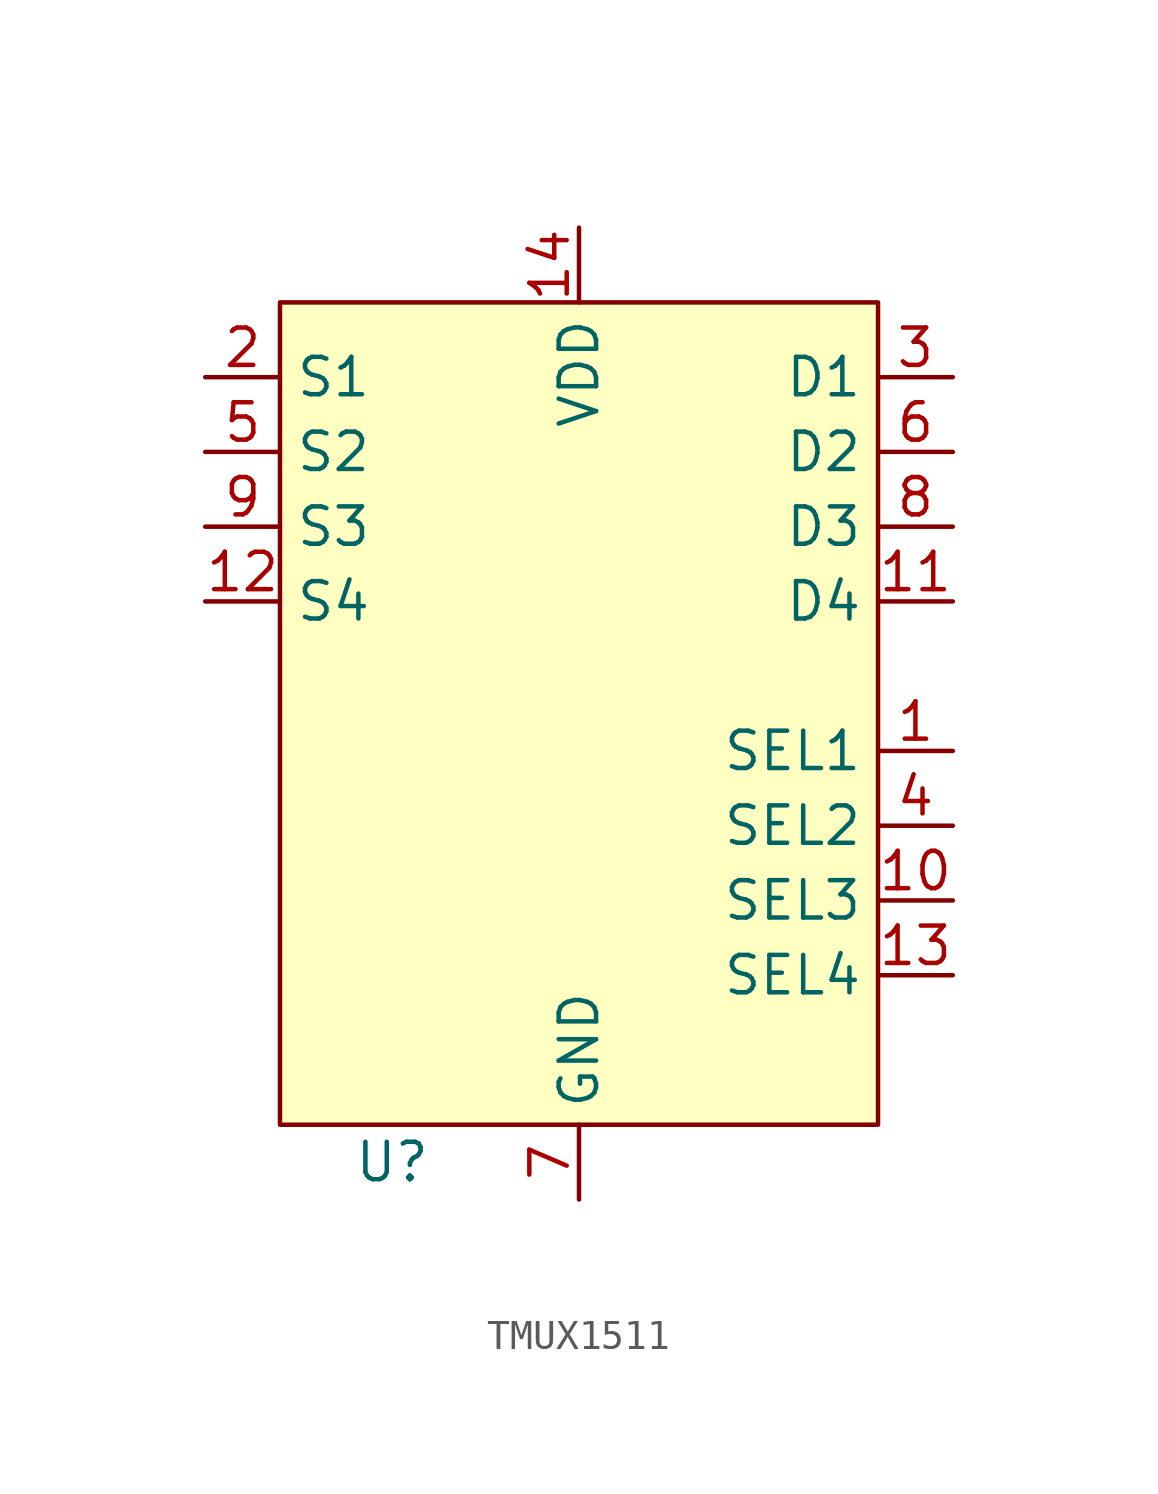
<source format=kicad_sym>
(kicad_symbol_lib
  (version 20220914)
  (generator kicad_symbol_editor)
  (symbol "TMUX1511"
    (property "Reference" "U"
      (at 0 0 0)
      (effects (font (size 1.27 1.27))))
    (property "Value" ""
      (at 0 0 0)
      (effects (font (size 1.27 1.27))))
    (symbol "TMUX1511_0_0"
      (pin input line (at 19.05 13.97 180) (length 2.54) (name "SEL1" (effects (font (size 1.27 1.27)))) (number "1" (effects (font (size 1.27 1.27)))))
      (pin input line (at 19.05 8.89 180) (length 2.54) (name "SEL3" (effects (font (size 1.27 1.27)))) (number "10" (effects (font (size 1.27 1.27)))))
      (pin bidirectional line (at 19.05 19.05 180) (length 2.54) (name "D4" (effects (font (size 1.27 1.27)))) (number "11" (effects (font (size 1.27 1.27)))))
      (pin bidirectional line (at -6.35 19.05 0) (length 2.54) (name "S4" (effects (font (size 1.27 1.27)))) (number "12" (effects (font (size 1.27 1.27)))))
      (pin input line (at 19.05 6.35 180) (length 2.54) (name "SEL4" (effects (font (size 1.27 1.27)))) (number "13" (effects (font (size 1.27 1.27)))))
      (pin power_in line (at 6.35 31.75 270) (length 2.54) (name "VDD" (effects (font (size 1.27 1.27)))) (number "14" (effects (font (size 1.27 1.27)))))
      (pin bidirectional line (at -6.35 26.67 0) (length 2.54) (name "S1" (effects (font (size 1.27 1.27)))) (number "2" (effects (font (size 1.27 1.27)))))
      (pin bidirectional line (at 19.05 26.67 180) (length 2.54) (name "D1" (effects (font (size 1.27 1.27)))) (number "3" (effects (font (size 1.27 1.27)))))
      (pin input line (at 19.05 11.43 180) (length 2.54) (name "SEL2" (effects (font (size 1.27 1.27)))) (number "4" (effects (font (size 1.27 1.27)))))
      (pin bidirectional line (at -6.35 24.13 0) (length 2.54) (name "S2" (effects (font (size 1.27 1.27)))) (number "5" (effects (font (size 1.27 1.27)))))
      (pin bidirectional line (at 19.05 24.13 180) (length 2.54) (name "D2" (effects (font (size 1.27 1.27)))) (number "6" (effects (font (size 1.27 1.27)))))
      (pin power_in line (at 6.35 -1.27 90) (length 2.54) (name "GND" (effects (font (size 1.27 1.27)))) (number "7" (effects (font (size 1.27 1.27)))))
      (pin bidirectional line (at 19.05 21.59 180) (length 2.54) (name "D3" (effects (font (size 1.27 1.27)))) (number "8" (effects (font (size 1.27 1.27)))))
      (pin bidirectional line (at -6.35 21.59 0) (length 2.54) (name "S3" (effects (font (size 1.27 1.27)))) (number "9" (effects (font (size 1.27 1.27))))))
    (symbol "TMUX1511_1_1"
      (rectangle (start -3.81 29.21) (end 16.51 1.27) (stroke (width 0) (type default)) (fill (type background))))))
</source>
